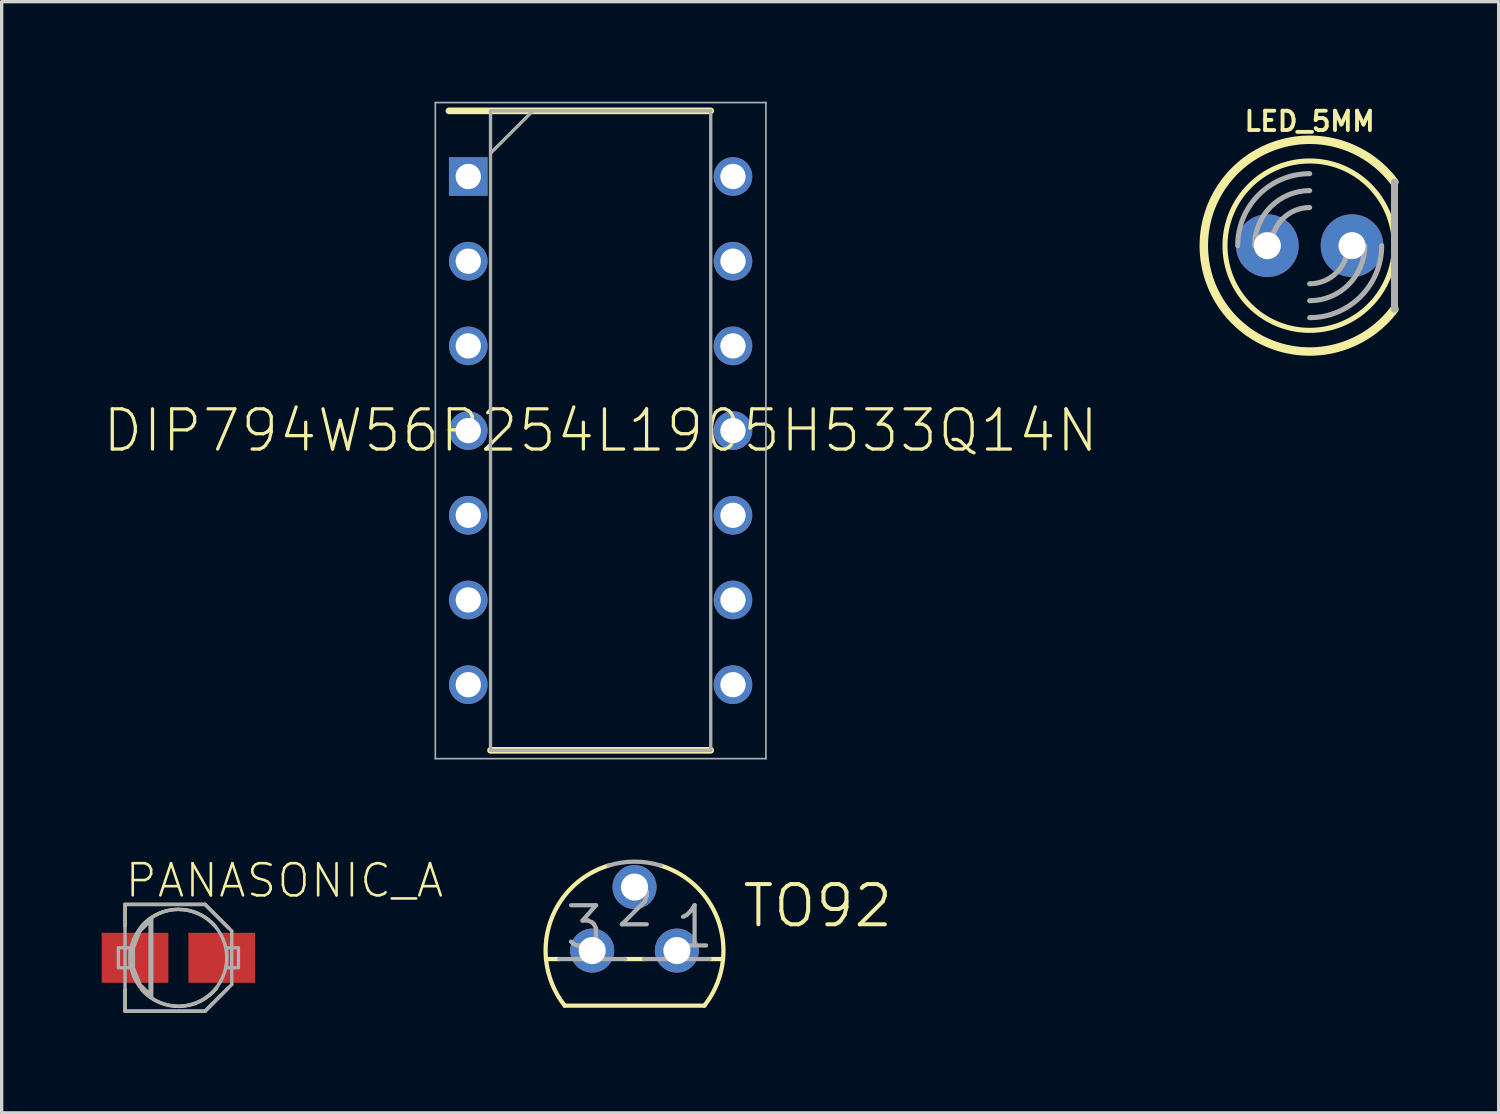
<source format=kicad_pcb>
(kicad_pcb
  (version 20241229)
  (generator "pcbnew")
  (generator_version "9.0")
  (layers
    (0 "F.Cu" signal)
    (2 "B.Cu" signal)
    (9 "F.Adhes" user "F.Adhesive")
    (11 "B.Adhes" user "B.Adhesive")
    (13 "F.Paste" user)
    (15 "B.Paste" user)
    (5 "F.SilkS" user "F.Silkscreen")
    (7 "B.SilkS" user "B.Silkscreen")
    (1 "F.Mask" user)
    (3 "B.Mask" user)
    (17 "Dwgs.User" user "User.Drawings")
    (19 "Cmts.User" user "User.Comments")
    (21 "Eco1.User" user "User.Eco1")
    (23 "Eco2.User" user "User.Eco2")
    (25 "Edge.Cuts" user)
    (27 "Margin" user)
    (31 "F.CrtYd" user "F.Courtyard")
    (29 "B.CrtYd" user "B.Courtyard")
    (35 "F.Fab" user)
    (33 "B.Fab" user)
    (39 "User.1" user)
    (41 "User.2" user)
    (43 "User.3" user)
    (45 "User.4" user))
  (footprint "DIP794W56P254L1905H533Q14N"
    (layer "F.Cu")
    (at 14.962 9.863)
    (property "Reference" "DIP794W56P254L1905H533Q14N" (at 0 0 0) (layer "F.SilkS") (effects (font (size 1.206 1.206) (thickness 0.097))))
    (attr through_hole)
    (fp_line (start -4.548 -9.588) (end 3.302 -9.588) (stroke (width 0.2) (type solid)) (layer "F.SilkS"))
    (fp_line (start -3.302 9.588) (end 3.302 9.588) (stroke (width 0.2) (type solid)) (layer "F.SilkS"))
    (fp_line (start -4.957 -9.838) (end 4.957 -9.838) (stroke (width 0.05) (type solid)) (layer "F.Fab"))
    (fp_line (start -4.957 9.838) (end -4.957 -9.838) (stroke (width 0.05) (type solid)) (layer "F.Fab"))
    (fp_line (start -3.302 -9.588) (end 3.302 -9.588) (stroke (width 0.1) (type solid)) (layer "F.Fab"))
    (fp_line (start -3.302 -8.318) (end -2.032 -9.588) (stroke (width 0.1) (type solid)) (layer "F.Fab"))
    (fp_line (start -3.302 9.588) (end -3.302 -9.588) (stroke (width 0.1) (type solid)) (layer "F.Fab"))
    (fp_line (start 3.302 -9.588) (end 3.302 9.588) (stroke (width 0.1) (type solid)) (layer "F.Fab"))
    (fp_line (start 3.302 9.588) (end -3.302 9.588) (stroke (width 0.1) (type solid)) (layer "F.Fab"))
    (fp_line (start 4.957 -9.838) (end 4.957 9.838) (stroke (width 0.05) (type solid)) (layer "F.Fab"))
    (fp_line (start 4.957 9.838) (end -4.957 9.838) (stroke (width 0.05) (type solid)) (layer "F.Fab"))
    (pad "1" thru_hole rect (at -3.969 -7.62) (size 1.159 1.159) (drill 0.759) (layers "*.Cu" "*.Mask"))
    (pad "2" thru_hole circle (at -3.969 -5.08) (size 1.159 1.159) (drill 0.759) (layers "*.Cu" "*.Mask"))
    (pad "3" thru_hole circle (at -3.969 -2.54) (size 1.159 1.159) (drill 0.759) (layers "*.Cu" "*.Mask"))
    (pad "4" thru_hole circle (at -3.969 0) (size 1.159 1.159) (drill 0.759) (layers "*.Cu" "*.Mask"))
    (pad "5" thru_hole circle (at -3.969 2.54) (size 1.159 1.159) (drill 0.759) (layers "*.Cu" "*.Mask"))
    (pad "6" thru_hole circle (at -3.969 5.08) (size 1.159 1.159) (drill 0.759) (layers "*.Cu" "*.Mask"))
    (pad "7" thru_hole circle (at -3.969 7.62) (size 1.159 1.159) (drill 0.759) (layers "*.Cu" "*.Mask"))
    (pad "8" thru_hole circle (at 3.969 7.62) (size 1.159 1.159) (drill 0.759) (layers "*.Cu" "*.Mask"))
    (pad "9" thru_hole circle (at 3.969 5.08) (size 1.159 1.159) (drill 0.759) (layers "*.Cu" "*.Mask"))
    (pad "10" thru_hole circle (at 3.969 2.54) (size 1.159 1.159) (drill 0.759) (layers "*.Cu" "*.Mask"))
    (pad "11" thru_hole circle (at 3.969 0) (size 1.159 1.159) (drill 0.759) (layers "*.Cu" "*.Mask"))
    (pad "12" thru_hole circle (at 3.969 -2.54) (size 1.159 1.159) (drill 0.759) (layers "*.Cu" "*.Mask"))
    (pad "13" thru_hole circle (at 3.969 -5.08) (size 1.159 1.159) (drill 0.759) (layers "*.Cu" "*.Mask"))
    (pad "14" thru_hole circle (at 3.969 -7.62) (size 1.159 1.159) (drill 0.759) (layers "*.Cu" "*.Mask")))
  (footprint "PANASONIC_A"
    (layer "F.Cu")
    (at 2.3 25.673)
    (property "Reference" "PANASONIC_A" (at -1.65 -1.75 0) (layer "F.SilkS") (effects (font (size 0.965 0.965) (thickness 0.077)) (justify left bottom)))
    (attr through_hole)
    (fp_line (start -1.6 -1.6) (end 0.8 -1.6) (stroke (width 0.102) (type solid)) (layer "F.SilkS"))
    (fp_line (start -1.6 -0.95) (end -1.6 -1.6) (stroke (width 0.102) (type solid)) (layer "F.SilkS"))
    (fp_line (start -1.6 1.6) (end -1.6 0.95) (stroke (width 0.102) (type solid)) (layer "F.SilkS"))
    (fp_line (start 0.8 -1.6) (end 1.5 -0.9) (stroke (width 0.102) (type solid)) (layer "F.SilkS"))
    (fp_line (start 0.8 1.6) (end -1.6 1.6) (stroke (width 0.102) (type solid)) (layer "F.SilkS"))
    (fp_line (start 1.5 0.9) (end 0.8 1.6) (stroke (width 0.102) (type solid)) (layer "F.SilkS"))
    (fp_arc (start -1.1 -0.95) (mid 0 -1.453444) (end 1.1 -0.95) (stroke (width 0.1016) (type solid)) (layer "F.SilkS"))
    (fp_arc (start 1.149999 0.9) (mid 0.03681 1.456451) (end -1.1 0.95) (stroke (width 0.1016) (type solid)) (layer "F.SilkS"))
    (fp_line (start -1.6 -1.6) (end 0.8 -1.6) (stroke (width 0.102) (type solid)) (layer "F.Fab"))
    (fp_line (start -1.6 1.6) (end -1.6 -1.6) (stroke (width 0.102) (type solid)) (layer "F.Fab"))
    (fp_line (start -0.8 -1.2) (end -0.8 1.2) (stroke (width 0.102) (type solid)) (layer "F.Fab"))
    (fp_line (start 0.8 -1.6) (end 1.6 -0.8) (stroke (width 0.102) (type solid)) (layer "F.Fab"))
    (fp_line (start 0.8 1.6) (end -1.6 1.6) (stroke (width 0.102) (type solid)) (layer "F.Fab"))
    (fp_line (start 1.6 -0.8) (end 1.6 0.8) (stroke (width 0.102) (type solid)) (layer "F.Fab"))
    (fp_line (start 1.6 0.8) (end 0.8 1.6) (stroke (width 0.102) (type solid)) (layer "F.Fab"))
    (fp_circle (center 0 0) (end 1.45 0) (stroke (width 0.102) (type solid)) (fill no) (layer "F.Fab"))
    (fp_poly (pts (xy -1.8 0.3) (xy -1.45 0.3) (xy -1.45 -0.3) (xy -1.8 -0.3)) (stroke (width 0.1) (type solid)) (fill no) (layer "F.Fab"))
    (fp_poly (pts (xy 1.45 0.3) (xy 1.8 0.3) (xy 1.8 -0.3) (xy 1.45 -0.3)) (stroke (width 0.1) (type solid)) (fill no) (layer "F.Fab"))
    (fp_poly (pts (xy -0.85 -1.1) (xy -1.15 -0.8) (xy -1.35 -0.3) (xy -1.35 0.3) (xy -1.15 0.8) (xy -0.85 1.1) (xy -0.85 -1.05)) (stroke (width 0.1) (type solid)) (fill no) (layer "F.Fab"))
    (pad "+" smd rect (at 1.3 0) (size 2 1.5) (layers "F.Cu" "F.Mask" "F.Paste"))
    (pad "-" smd rect (at -1.3 0) (size 2 1.5) (layers "F.Cu" "F.Mask" "F.Paste")))
  (footprint "LED_5MM"
    (layer "F.Cu")
    (at 36.226 4.317)
    (property "Reference" "LED_5MM" (at 0 -3.391 0) (layer "F.SilkS") (effects (font (size 0.579 0.579) (thickness 0.116)) (justify bottom)))
    (attr through_hole)
    (fp_line (start 2.54 1.905) (end 2.54 -1.905) (stroke (width 0.203) (type solid)) (layer "F.SilkS"))
    (fp_arc (start 2.54 1.905) (mid -3.175 0) (end 2.54 -1.905) (stroke (width 0.254) (type solid)) (layer "F.SilkS"))
    (fp_circle (center 0 0) (end 2.54 0) (stroke (width 0.152) (type solid)) (fill no) (layer "F.SilkS"))
    (fp_line (start 2.54 1.905) (end 2.54 -1.905) (stroke (width 0.203) (type solid)) (layer "B.SilkS"))
    (fp_line (start 2.54 1.905) (end 2.54 -1.905) (stroke (width 0.203) (type solid)) (layer "F.Fab"))
    (fp_arc (start -2.159 0) (mid -1.526644 -1.526644) (end 0 -2.159) (stroke (width 0.1524) (type solid)) (layer "F.Fab"))
    (fp_arc (start -1.651 0) (mid -1.167433 -1.167433) (end 0 -1.651) (stroke (width 0.1524) (type solid)) (layer "F.Fab"))
    (fp_arc (start -1.143 0) (mid -0.808223 -0.808223) (end 0 -1.143) (stroke (width 0.1524) (type solid)) (layer "F.Fab"))
    (fp_arc (start 1.143 0) (mid 0.808223 0.808223) (end 0 1.143) (stroke (width 0.1524) (type solid)) (layer "F.Fab"))
    (fp_arc (start 1.651 0) (mid 1.167433 1.167433) (end 0 1.651) (stroke (width 0.1524) (type solid)) (layer "F.Fab"))
    (fp_arc (start 2.159 0) (mid 1.526644 1.526644) (end 0 2.159) (stroke (width 0.1524) (type solid)) (layer "F.Fab"))
    (pad "A" thru_hole circle (at -1.27 0) (size 1.88 1.88) (drill 0.813) (layers "*.Cu" "*.Mask"))
    (pad "K" thru_hole circle (at 1.27 0) (size 1.88 1.88) (drill 0.813) (layers "*.Cu" "*.Mask")))
  (footprint "TO92"
    (layer "F.Cu")
    (at 15.979 25.457)
    (property "Reference" "TO92" (at 3.175 -0.635 0) (layer "F.SilkS") (effects (font (size 1.206 1.206) (thickness 0.121)) (justify left bottom)))
    (attr through_hole)
    (fp_line (start -2.655 0.254) (end -2.254 0.254) (stroke (width 0.127) (type solid)) (layer "F.SilkS"))
    (fp_line (start -2.095 1.651) (end 2.095 1.651) (stroke (width 0.127) (type solid)) (layer "F.SilkS"))
    (fp_line (start -0.286 0.254) (end 0.286 0.254) (stroke (width 0.127) (type solid)) (layer "F.SilkS"))
    (fp_line (start 2.254 0.254) (end 2.655 0.254) (stroke (width 0.127) (type solid)) (layer "F.SilkS"))
    (fp_arc (start -2.6549 0.254) (mid -2.219001 -1.479566) (end -0.786299 -2.548501) (stroke (width 0.127) (type solid)) (layer "F.SilkS"))
    (fp_arc (start -2.0946 1.651) (mid -2.475347 0.992847) (end -2.654901 0.254) (stroke (width 0.127) (type solid)) (layer "F.SilkS"))
    (fp_arc (start 0.7863 -2.5484) (mid 2.546275 -0.793203) (end 2.094499 1.651) (stroke (width 0.127) (type solid)) (layer "F.SilkS"))
    (fp_line (start -2.254 0.254) (end -0.286 0.254) (stroke (width 0.127) (type solid)) (layer "F.Fab"))
    (fp_line (start 0.286 0.254) (end 2.254 0.254) (stroke (width 0.127) (type solid)) (layer "F.Fab"))
    (fp_arc (start -0.7863 -2.5485) (mid 0 -2.667043) (end 0.7863 -2.5485) (stroke (width 0.127) (type solid)) (layer "F.Fab"))
    (fp_text user "1" (at 1.143 0 0) (layer "F.Fab") (effects (font (size 1.206 1.206) (thickness 0.127)) (justify left bottom)))
    (fp_text user "2" (at -0.635 -0.635 0) (layer "F.Fab") (effects (font (size 1.206 1.206) (thickness 0.127)) (justify left bottom)))
    (fp_text user "3" (at -2.159 0 0) (layer "F.Fab") (effects (font (size 1.206 1.206) (thickness 0.127)) (justify left bottom)))
    (pad "1" thru_hole circle (at 1.27 0) (size 1.321 1.321) (drill 0.813) (layers "*.Cu" "*.Mask"))
    (pad "2" thru_hole circle (at 0 -1.905) (size 1.321 1.321) (drill 0.813) (layers "*.Cu" "*.Mask"))
    (pad "3" thru_hole circle (at -1.27 0) (size 1.321 1.321) (drill 0.813) (layers "*.Cu" "*.Mask")))
  (gr_rect
    (start -3 -3)
    (end 41.893 30.324)
    (stroke (width 0.1) (type default))
    (fill no)
    (layer "Edge.Cuts")))
</source>
